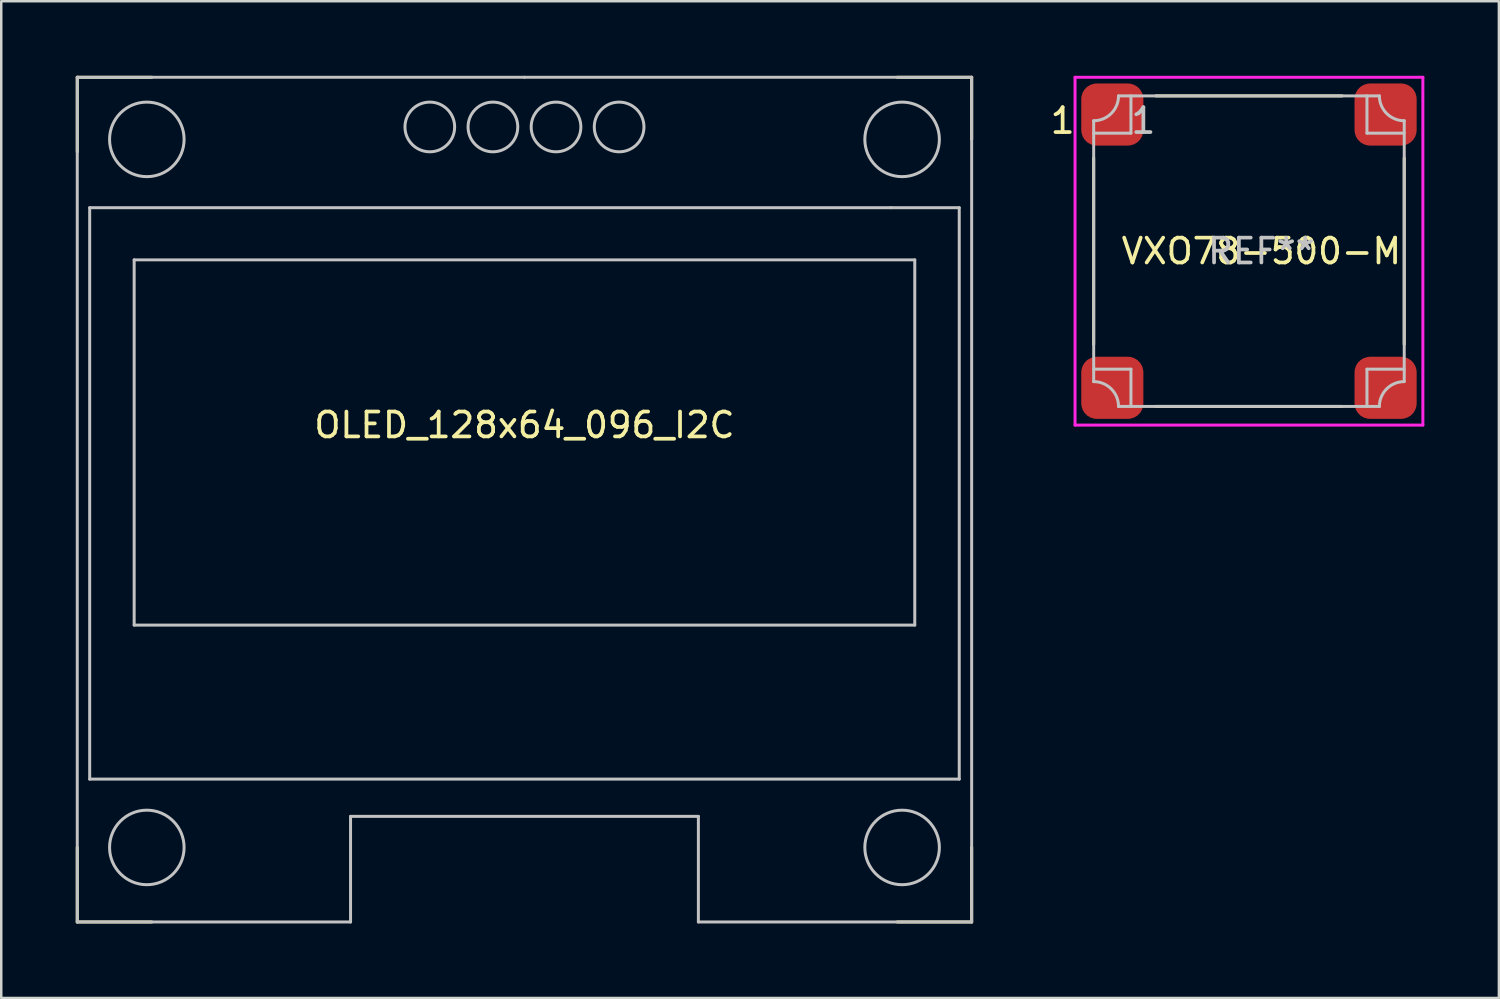
<source format=kicad_pcb>
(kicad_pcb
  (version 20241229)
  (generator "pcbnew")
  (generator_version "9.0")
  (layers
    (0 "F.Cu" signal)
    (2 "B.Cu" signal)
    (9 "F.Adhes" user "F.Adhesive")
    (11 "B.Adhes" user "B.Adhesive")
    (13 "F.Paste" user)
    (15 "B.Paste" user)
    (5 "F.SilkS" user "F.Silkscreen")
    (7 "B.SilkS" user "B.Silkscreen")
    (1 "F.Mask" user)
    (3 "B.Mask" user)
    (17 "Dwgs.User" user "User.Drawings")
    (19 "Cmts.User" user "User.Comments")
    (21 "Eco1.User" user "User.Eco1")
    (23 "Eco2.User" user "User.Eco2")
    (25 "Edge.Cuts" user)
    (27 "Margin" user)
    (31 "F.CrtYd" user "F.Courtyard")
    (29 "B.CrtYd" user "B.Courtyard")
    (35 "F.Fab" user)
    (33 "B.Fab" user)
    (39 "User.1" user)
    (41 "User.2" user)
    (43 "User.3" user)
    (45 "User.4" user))
  (footprint "OLED_128x64_096_I2C"
    (layer "F.Cu")
    (at 18.06 2.06)
    (property "Reference" "OLED_128x64_096_I2C" (at 0 12 0) (layer "F.SilkS") (effects (font (size 1 1) (thickness 0.15))))
    (attr through_hole)
    (fp_line (start -18 -2) (end -18 1) (stroke (width 0.12) (type solid)) (layer "F.SilkS"))
    (fp_line (start -18 32) (end -18 29) (stroke (width 0.12) (type solid)) (layer "F.SilkS"))
    (fp_line (start -18 32) (end -15 32) (stroke (width 0.12) (type solid)) (layer "F.SilkS"))
    (fp_line (start -15 -2) (end -18 -2) (stroke (width 0.12) (type solid)) (layer "F.SilkS"))
    (fp_line (start 18 -2) (end 15 -2) (stroke (width 0.12) (type solid)) (layer "F.SilkS"))
    (fp_line (start 18 -2) (end 18 0.5) (stroke (width 0.12) (type solid)) (layer "F.SilkS"))
    (fp_line (start 18 32) (end 15 32) (stroke (width 0.12) (type solid)) (layer "F.SilkS"))
    (fp_line (start 18 32) (end 18 29) (stroke (width 0.12) (type solid)) (layer "F.SilkS"))
    (fp_line (start -18 32) (end -18 -2) (stroke (width 0.12) (type solid)) (layer "Dwgs.User"))
    (fp_line (start -17.5 3.25) (end 14.75 3.25) (stroke (width 0.12) (type solid)) (layer "Dwgs.User"))
    (fp_line (start -17.5 26.25) (end -17.5 3.25) (stroke (width 0.12) (type solid)) (layer "Dwgs.User"))
    (fp_line (start -15.71 5.35) (end -15.71 20.05) (stroke (width 0.12) (type solid)) (layer "Dwgs.User"))
    (fp_line (start -15.71 5.35) (end 15.71 5.35) (stroke (width 0.12) (type solid)) (layer "Dwgs.User"))
    (fp_line (start -15.71 20.05) (end 15.71 20.05) (stroke (width 0.12) (type solid)) (layer "Dwgs.User"))
    (fp_line (start -7 27.75) (end 7 27.75) (stroke (width 0.12) (type solid)) (layer "Dwgs.User"))
    (fp_line (start -7 32) (end -18 32) (stroke (width 0.12) (type solid)) (layer "Dwgs.User"))
    (fp_line (start -7 32) (end -7 27.75) (stroke (width 0.12) (type solid)) (layer "Dwgs.User"))
    (fp_line (start 0 -2) (end -18 -2) (stroke (width 0.12) (type solid)) (layer "Dwgs.User"))
    (fp_line (start 0 -2) (end 18 -2) (stroke (width 0.12) (type solid)) (layer "Dwgs.User"))
    (fp_line (start 7 27.75) (end 7 32) (stroke (width 0.12) (type solid)) (layer "Dwgs.User"))
    (fp_line (start 14.75 3.25) (end 17.5 3.25) (stroke (width 0.12) (type solid)) (layer "Dwgs.User"))
    (fp_line (start 15.71 5.35) (end 15.71 20.05) (stroke (width 0.12) (type solid)) (layer "Dwgs.User"))
    (fp_line (start 17.5 3.25) (end 17.5 26.25) (stroke (width 0.12) (type solid)) (layer "Dwgs.User"))
    (fp_line (start 17.5 26.25) (end -17.5 26.25) (stroke (width 0.12) (type solid)) (layer "Dwgs.User"))
    (fp_line (start 18 -2) (end 18 32) (stroke (width 0.12) (type solid)) (layer "Dwgs.User"))
    (fp_line (start 18 32) (end 7 32) (stroke (width 0.12) (type solid)) (layer "Dwgs.User"))
    (fp_circle (center -15.2 0.5) (end -13.7 0.5) (stroke (width 0.12) (type solid)) (fill no) (layer "Dwgs.User"))
    (fp_circle (center -15.2 29) (end -13.7 29) (stroke (width 0.12) (type solid)) (fill no) (layer "Dwgs.User"))
    (fp_circle (center -3.81 0) (end -2.81 0) (stroke (width 0.12) (type solid)) (fill no) (layer "Dwgs.User"))
    (fp_circle (center -1.27 0) (end -0.27 0) (stroke (width 0.12) (type solid)) (fill no) (layer "Dwgs.User"))
    (fp_circle (center 1.27 0) (end 2.27 0) (stroke (width 0.12) (type solid)) (fill no) (layer "Dwgs.User"))
    (fp_circle (center 3.81 0) (end 4.81 0) (stroke (width 0.12) (type solid)) (fill no) (layer "Dwgs.User"))
    (fp_circle (center 15.2 0.5) (end 16.7 0.5) (stroke (width 0.12) (type solid)) (fill no) (layer "Dwgs.User"))
    (fp_circle (center 15.2 29) (end 16.7 29) (stroke (width 0.12) (type solid)) (fill no) (layer "Dwgs.User")))
  (footprint "VXO78-500-M"
    (layer "F.Cu")
    (at 47.221 7.06)
    (property "Reference" "VXO78-500-M" (at 0.5 0 0) (layer "F.SilkS") (effects (font (size 1 1) (thickness 0.15))))
    (attr through_hole)
    (fp_line (start -6.25 3.75) (end -6.25 -3.75) (stroke (width 0.12) (type solid)) (layer "F.SilkS"))
    (fp_line (start -3.75 -6.25) (end 3.75 -6.25) (stroke (width 0.12) (type solid)) (layer "F.SilkS"))
    (fp_line (start 3.75 6.25) (end -3.75 6.25) (stroke (width 0.12) (type solid)) (layer "F.SilkS"))
    (fp_line (start 6.25 -3.75) (end 6.25 3.75) (stroke (width 0.12) (type solid)) (layer "F.SilkS"))
    (fp_line (start -6.25 -5.25) (end -6.25 5.25) (stroke (width 0.12) (type solid)) (layer "Dwgs.User"))
    (fp_line (start -6.25 -4.75) (end -4.75 -4.75) (stroke (width 0.12) (type solid)) (layer "Dwgs.User"))
    (fp_line (start -6.25 4.75) (end -4.75 4.75) (stroke (width 0.12) (type solid)) (layer "Dwgs.User"))
    (fp_line (start -5.25 -6.25) (end 5.25 -6.25) (stroke (width 0.12) (type solid)) (layer "Dwgs.User"))
    (fp_line (start -5.25 6.25) (end 5.25 6.25) (stroke (width 0.12) (type solid)) (layer "Dwgs.User"))
    (fp_line (start -4.75 -4.75) (end -4.75 -6.25) (stroke (width 0.12) (type solid)) (layer "Dwgs.User"))
    (fp_line (start -4.75 4.75) (end -4.75 6.25) (stroke (width 0.12) (type solid)) (layer "Dwgs.User"))
    (fp_line (start 4.75 -6.25) (end 4.75 -4.75) (stroke (width 0.12) (type solid)) (layer "Dwgs.User"))
    (fp_line (start 4.75 -4.75) (end 6.25 -4.75) (stroke (width 0.12) (type solid)) (layer "Dwgs.User"))
    (fp_line (start 4.75 4.75) (end 6.25 4.75) (stroke (width 0.12) (type solid)) (layer "Dwgs.User"))
    (fp_line (start 4.75 6.25) (end 4.75 4.75) (stroke (width 0.12) (type solid)) (layer "Dwgs.User"))
    (fp_line (start 6.25 5.25) (end 6.25 -5.25) (stroke (width 0.12) (type solid)) (layer "Dwgs.User"))
    (fp_arc (start -6.25 5.25) (mid -5.542893 5.542893) (end -5.25 6.25) (stroke (width 0.12) (type solid)) (layer "Dwgs.User"))
    (fp_arc (start -5.25 -6.25) (mid -5.542893 -5.542893) (end -6.25 -5.25) (stroke (width 0.12) (type solid)) (layer "Dwgs.User"))
    (fp_arc (start 5.25 6.25) (mid 5.542893 5.542893) (end 6.25 5.25) (stroke (width 0.12) (type solid)) (layer "Dwgs.User"))
    (fp_arc (start 6.25 -5.25) (mid 5.542893 -5.542893) (end 5.25 -6.25) (stroke (width 0.12) (type solid)) (layer "Dwgs.User"))
    (fp_line (start -7 -7) (end 7 -7) (stroke (width 0.12) (type solid)) (layer "F.CrtYd"))
    (fp_line (start -7 7) (end -7 -7) (stroke (width 0.12) (type solid)) (layer "F.CrtYd"))
    (fp_line (start 7 -7) (end 7 7) (stroke (width 0.12) (type solid)) (layer "F.CrtYd"))
    (fp_line (start 7 7) (end -7 7) (stroke (width 0.12) (type solid)) (layer "F.CrtYd"))
    (fp_text user "1" (at -7.5 -5.25 0) (layer "F.SilkS") (effects (font (size 1 1) (thickness 0.15))))
    (fp_text user "REF**" (at 0.5 0 0) (layer "Dwgs.User") (effects (font (size 1 1) (thickness 0.15))))
    (fp_text user "1" (at -4.25 -5.25 0) (layer "Dwgs.User") (effects (font (size 1 1) (thickness 0.15))))
    (pad "1" smd roundrect (at -5.5 -5.5 180) (size 2.5 2.5) (layers "F.Cu" "F.Mask" "F.Paste") (roundrect_rratio 0.25))
    (pad "2" smd roundrect (at 5.5 -5.5 90) (size 2.5 2.5) (layers "F.Cu" "F.Mask" "F.Paste") (roundrect_rratio 0.25))
    (pad "3" smd roundrect (at 5.5 5.5) (size 2.5 2.5) (layers "F.Cu" "F.Mask" "F.Paste") (roundrect_rratio 0.25))
    (pad "4" smd roundrect (at -5.5 5.5 270) (size 2.5 2.5) (layers "F.Cu" "F.Mask" "F.Paste") (roundrect_rratio 0.25)))
  (gr_rect
    (start -3 -3)
    (end 57.281 37.12)
    (stroke (width 0.1) (type default))
    (fill no)
    (layer "Edge.Cuts")))
</source>
